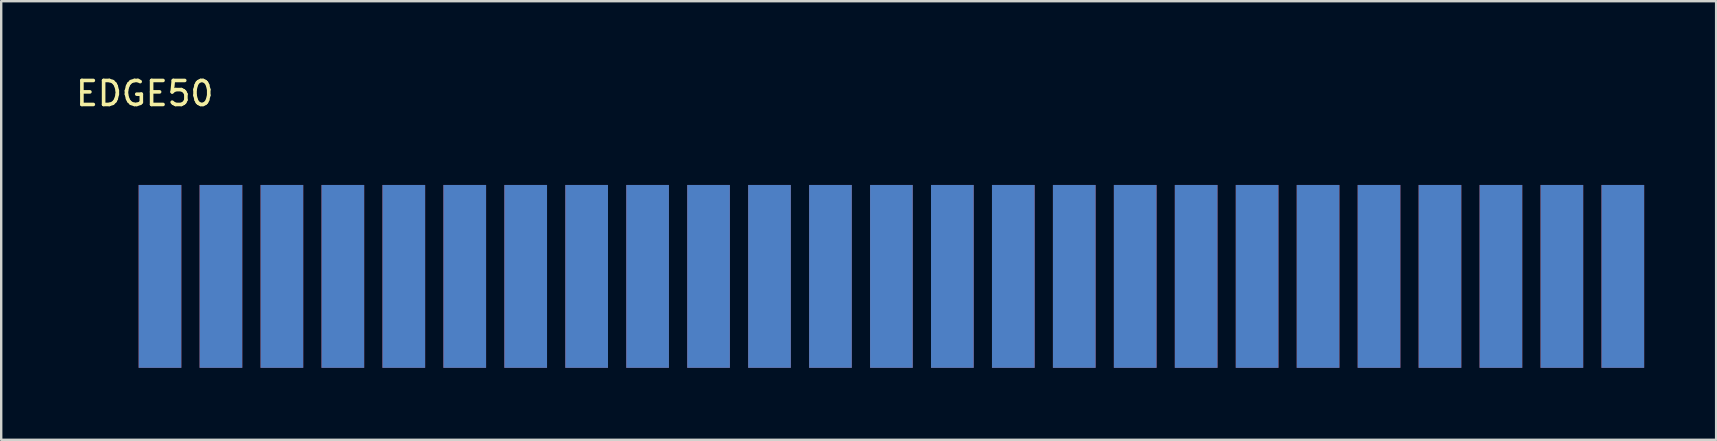
<source format=kicad_pcb>
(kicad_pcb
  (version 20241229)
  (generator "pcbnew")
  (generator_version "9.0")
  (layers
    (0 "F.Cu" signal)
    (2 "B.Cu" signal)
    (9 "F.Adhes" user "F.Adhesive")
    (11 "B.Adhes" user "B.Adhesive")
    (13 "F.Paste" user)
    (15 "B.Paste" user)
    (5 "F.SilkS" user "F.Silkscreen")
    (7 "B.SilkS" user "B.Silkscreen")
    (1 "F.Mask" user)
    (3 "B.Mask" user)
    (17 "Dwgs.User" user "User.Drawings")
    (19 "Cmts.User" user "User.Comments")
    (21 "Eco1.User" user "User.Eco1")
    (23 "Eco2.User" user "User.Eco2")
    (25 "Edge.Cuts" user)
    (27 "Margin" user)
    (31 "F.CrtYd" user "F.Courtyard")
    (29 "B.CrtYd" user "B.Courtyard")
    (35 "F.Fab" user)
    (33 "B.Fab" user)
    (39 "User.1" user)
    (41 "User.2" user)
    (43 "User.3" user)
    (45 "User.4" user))
  (footprint "EDGE50"
    (layer "F.Cu")
    (at 25.842 8.468)
    (property "Reference" "EDGE50" (at -22.86 -7.62 0) (layer "F.SilkS") (effects (font (size 1 1) (thickness 0.15))))
    (attr through_hole)
    (pad "1" connect rect (at 38.735 0 180) (size 1.778 7.62) (layers "F.Cu" "F.Mask"))
    (pad "2" connect rect (at 38.735 0 180) (size 1.778 7.62) (layers "B.Cu" "B.Mask"))
    (pad "3" connect rect (at 36.195 0 180) (size 1.778 7.62) (layers "F.Cu" "F.Mask"))
    (pad "4" connect rect (at 36.195 0 180) (size 1.778 7.62) (layers "B.Cu" "B.Mask"))
    (pad "5" connect rect (at 33.655 0 180) (size 1.778 7.62) (layers "F.Cu" "F.Mask"))
    (pad "6" connect rect (at 33.655 0 180) (size 1.778 7.62) (layers "B.Cu" "B.Mask"))
    (pad "7" connect rect (at 31.115 0 180) (size 1.778 7.62) (layers "F.Cu" "F.Mask"))
    (pad "8" connect rect (at 31.115 0 180) (size 1.778 7.62) (layers "B.Cu" "B.Mask"))
    (pad "9" connect rect (at 28.575 0 180) (size 1.778 7.62) (layers "F.Cu" "F.Mask"))
    (pad "10" connect rect (at 28.575 0 180) (size 1.778 7.62) (layers "B.Cu" "B.Mask"))
    (pad "11" connect rect (at 26.035 0 180) (size 1.778 7.62) (layers "F.Cu" "F.Mask"))
    (pad "12" connect rect (at 26.035 0 180) (size 1.778 7.62) (layers "B.Cu" "B.Mask"))
    (pad "13" connect rect (at 23.495 0 180) (size 1.778 7.62) (layers "F.Cu" "F.Mask"))
    (pad "14" connect rect (at 23.495 0 180) (size 1.778 7.62) (layers "B.Cu" "B.Mask"))
    (pad "15" connect rect (at 20.955 0 180) (size 1.778 7.62) (layers "F.Cu" "F.Mask"))
    (pad "16" connect rect (at 20.955 0 180) (size 1.778 7.62) (layers "B.Cu" "B.Mask"))
    (pad "17" connect rect (at 18.415 0 180) (size 1.778 7.62) (layers "F.Cu" "F.Mask"))
    (pad "18" connect rect (at 18.415 0 180) (size 1.778 7.62) (layers "B.Cu" "B.Mask"))
    (pad "19" connect rect (at 15.875 0 180) (size 1.778 7.62) (layers "F.Cu" "F.Mask"))
    (pad "20" connect rect (at 15.875 0 180) (size 1.778 7.62) (layers "B.Cu" "B.Mask"))
    (pad "21" connect rect (at 13.335 0 180) (size 1.778 7.62) (layers "F.Cu" "F.Mask"))
    (pad "22" connect rect (at 13.335 0 180) (size 1.778 7.62) (layers "B.Cu" "B.Mask"))
    (pad "23" connect rect (at 10.795 0 180) (size 1.778 7.62) (layers "F.Cu" "F.Mask"))
    (pad "24" connect rect (at 10.795 0 180) (size 1.778 7.62) (layers "B.Cu" "B.Mask"))
    (pad "25" connect rect (at 8.255 0 180) (size 1.778 7.62) (layers "F.Cu" "F.Mask"))
    (pad "26" connect rect (at 8.255 0 180) (size 1.778 7.62) (layers "B.Cu" "B.Mask"))
    (pad "27" connect rect (at 5.715 0 180) (size 1.778 7.62) (layers "F.Cu" "F.Mask"))
    (pad "28" connect rect (at 5.715 0 180) (size 1.778 7.62) (layers "B.Cu" "B.Mask"))
    (pad "29" connect rect (at 3.175 0 180) (size 1.778 7.62) (layers "F.Cu" "F.Mask"))
    (pad "30" connect rect (at 3.175 0 180) (size 1.778 7.62) (layers "B.Cu" "B.Mask"))
    (pad "31" connect rect (at 0.635 0 180) (size 1.778 7.62) (layers "F.Cu" "F.Mask"))
    (pad "32" connect rect (at 0.635 0 180) (size 1.778 7.62) (layers "B.Cu" "B.Mask"))
    (pad "33" connect rect (at -1.905 0 180) (size 1.778 7.62) (layers "F.Cu" "F.Mask"))
    (pad "34" connect rect (at -1.905 0 180) (size 1.778 7.62) (layers "B.Cu" "B.Mask"))
    (pad "35" connect rect (at -4.445 0 180) (size 1.778 7.62) (layers "F.Cu" "F.Mask"))
    (pad "36" connect rect (at -4.445 0 180) (size 1.778 7.62) (layers "B.Cu" "B.Mask"))
    (pad "37" connect rect (at -6.985 0 180) (size 1.778 7.62) (layers "F.Cu" "F.Mask"))
    (pad "38" connect rect (at -6.985 0 180) (size 1.778 7.62) (layers "B.Cu" "B.Mask"))
    (pad "39" connect rect (at -9.525 0 180) (size 1.778 7.62) (layers "F.Cu" "F.Mask"))
    (pad "40" connect rect (at -9.525 0 180) (size 1.778 7.62) (layers "B.Cu" "B.Mask"))
    (pad "41" connect rect (at -12.065 0 180) (size 1.778 7.62) (layers "F.Cu" "F.Mask"))
    (pad "42" connect rect (at -12.065 0 180) (size 1.778 7.62) (layers "B.Cu" "B.Mask"))
    (pad "43" connect rect (at -14.605 0 180) (size 1.778 7.62) (layers "F.Cu" "F.Mask"))
    (pad "44" connect rect (at -14.605 0 180) (size 1.778 7.62) (layers "B.Cu" "B.Mask"))
    (pad "45" connect rect (at -17.145 0 180) (size 1.778 7.62) (layers "F.Cu" "F.Mask"))
    (pad "46" connect rect (at -17.145 0 180) (size 1.778 7.62) (layers "B.Cu" "B.Mask"))
    (pad "47" connect rect (at -19.685 0 180) (size 1.778 7.62) (layers "F.Cu" "F.Mask"))
    (pad "48" connect rect (at -19.685 0 180) (size 1.778 7.62) (layers "B.Cu" "B.Mask"))
    (pad "49" connect rect (at -22.225 0 180) (size 1.778 7.62) (layers "F.Cu" "F.Mask"))
    (pad "50" connect rect (at -22.225 0 180) (size 1.778 7.62) (layers "B.Cu" "B.Mask")))
  (gr_rect
    (start -3 -3)
    (end 68.466 15.278)
    (stroke (width 0.1) (type default))
    (fill no)
    (layer "Edge.Cuts")))
</source>
